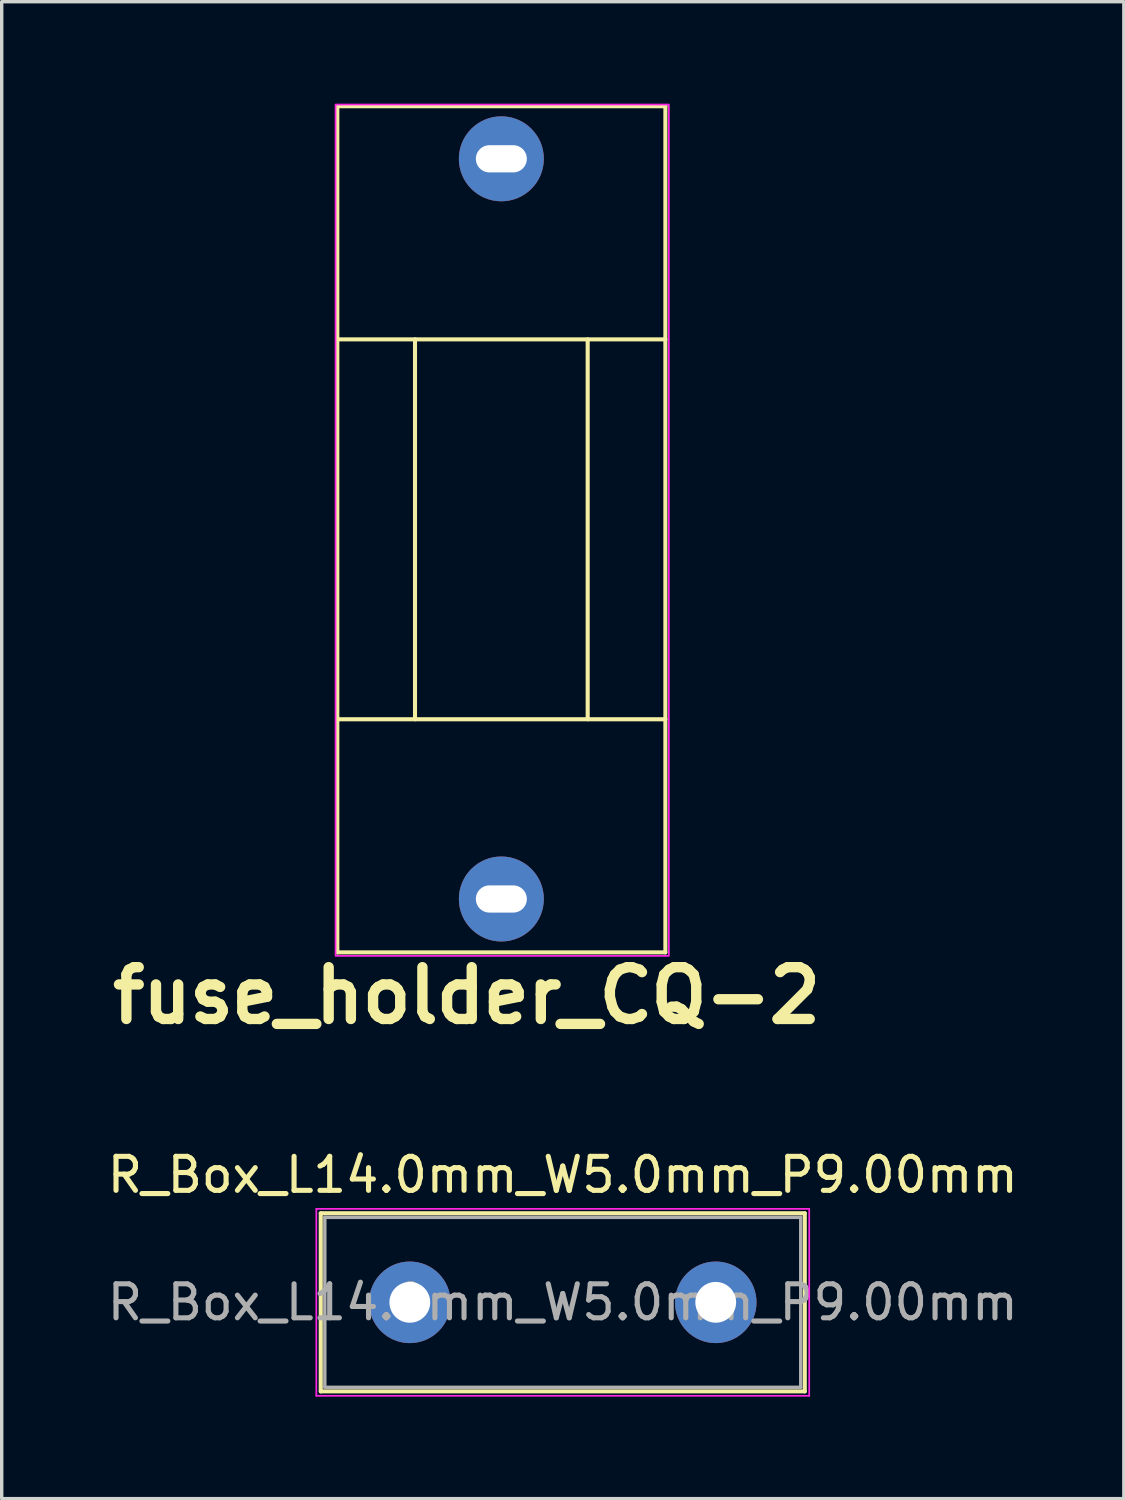
<source format=kicad_pcb>
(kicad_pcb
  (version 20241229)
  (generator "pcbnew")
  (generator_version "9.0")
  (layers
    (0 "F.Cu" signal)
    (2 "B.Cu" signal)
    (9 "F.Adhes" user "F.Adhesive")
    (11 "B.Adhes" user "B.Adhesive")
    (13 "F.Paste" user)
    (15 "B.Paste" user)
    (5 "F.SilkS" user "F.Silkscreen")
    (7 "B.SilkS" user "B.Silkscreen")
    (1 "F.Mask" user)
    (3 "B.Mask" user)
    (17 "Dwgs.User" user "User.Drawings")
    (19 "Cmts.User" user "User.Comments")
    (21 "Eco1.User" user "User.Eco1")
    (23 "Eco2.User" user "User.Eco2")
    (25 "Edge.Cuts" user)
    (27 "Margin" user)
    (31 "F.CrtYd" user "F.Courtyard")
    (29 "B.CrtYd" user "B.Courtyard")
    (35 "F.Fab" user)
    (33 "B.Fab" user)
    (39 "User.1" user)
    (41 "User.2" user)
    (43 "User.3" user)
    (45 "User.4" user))
  (footprint "R_Box_L14.0mm_W5.0mm_P9.00mm"
    (layer "F.Cu")
    (at 9.006 35.263)
    (property "Reference" "R_Box_L14.0mm_W5.0mm_P9.00mm" (at 4.5 -3.75 0) (layer "F.SilkS") (effects (font (size 1 1) (thickness 0.15))))
    (attr through_hole)
    (fp_line (start -2.62 -2.62) (end -2.62 2.62) (stroke (width 0.12) (type solid)) (layer "F.SilkS"))
    (fp_line (start -2.62 -2.62) (end 11.62 -2.62) (stroke (width 0.12) (type solid)) (layer "F.SilkS"))
    (fp_line (start -2.62 2.62) (end 11.62 2.62) (stroke (width 0.12) (type solid)) (layer "F.SilkS"))
    (fp_line (start 11.62 -2.62) (end 11.62 2.62) (stroke (width 0.12) (type solid)) (layer "F.SilkS"))
    (fp_line (start -2.75 -2.75) (end -2.75 2.75) (stroke (width 0.05) (type solid)) (layer "F.CrtYd"))
    (fp_line (start -2.75 2.75) (end 11.75 2.75) (stroke (width 0.05) (type solid)) (layer "F.CrtYd"))
    (fp_line (start 11.75 -2.75) (end -2.75 -2.75) (stroke (width 0.05) (type solid)) (layer "F.CrtYd"))
    (fp_line (start 11.75 2.75) (end 11.75 -2.75) (stroke (width 0.05) (type solid)) (layer "F.CrtYd"))
    (fp_line (start -2.5 -2.5) (end -2.5 2.5) (stroke (width 0.1) (type solid)) (layer "F.Fab"))
    (fp_line (start -2.5 2.5) (end 11.5 2.5) (stroke (width 0.1) (type solid)) (layer "F.Fab"))
    (fp_line (start 11.5 -2.5) (end -2.5 -2.5) (stroke (width 0.1) (type solid)) (layer "F.Fab"))
    (fp_line (start 11.5 2.5) (end 11.5 -2.5) (stroke (width 0.1) (type solid)) (layer "F.Fab"))
    (fp_text user "${REFERENCE}" (at 4.5 0 0) (layer "F.Fab") (effects (font (size 1 1) (thickness 0.15))))
    (pad "1" thru_hole circle (at 0 0) (size 2.4 2.4) (drill 1.2) (layers "*.Cu" "*.Mask"))
    (pad "2" thru_hole circle (at 9 0) (size 2.4 2.4) (drill 1.2) (layers "*.Cu" "*.Mask")))
  (footprint "fuse_holder_CQ-2"
    (layer "F.Cu")
    (at 11.699 12.522)
    (property "Reference" "fuse_holder_CQ-2" (at -1.016 13.716 0) (layer "F.SilkS") (effects (font (size 1.524 1.524) (thickness 0.305))))
    (attr through_hole)
    (fp_line (start -4.826 -12.446) (end 4.826 -12.446) (stroke (width 0.12) (type solid)) (layer "F.SilkS"))
    (fp_line (start -4.826 -5.588) (end 4.826 -5.588) (stroke (width 0.12) (type solid)) (layer "F.SilkS"))
    (fp_line (start -4.826 12.446) (end -4.826 -12.446) (stroke (width 0.12) (type solid)) (layer "F.SilkS"))
    (fp_line (start -2.54 -5.588) (end -2.54 5.588) (stroke (width 0.12) (type solid)) (layer "F.SilkS"))
    (fp_line (start 2.54 5.588) (end 2.54 -5.588) (stroke (width 0.12) (type solid)) (layer "F.SilkS"))
    (fp_line (start 4.826 -12.446) (end 4.826 12.446) (stroke (width 0.12) (type solid)) (layer "F.SilkS"))
    (fp_line (start 4.826 5.588) (end -4.826 5.588) (stroke (width 0.12) (type solid)) (layer "F.SilkS"))
    (fp_line (start 4.826 12.446) (end -4.826 12.446) (stroke (width 0.12) (type solid)) (layer "F.SilkS"))
    (fp_rect (start -4.877 -12.497) (end 4.928 12.548) (stroke (width 0.05) (type solid)) (fill no) (layer "F.CrtYd"))
    (pad "1" thru_hole circle (at 0 -10.9) (size 2.5 2.5) (drill oval 1.5 0.8) (layers "*.Cu" "*.Mask"))
    (pad "2" thru_hole circle (at 0 10.875) (size 2.5 2.5) (drill oval 1.5 0.8) (layers "*.Cu" "*.Mask")))
  (gr_rect
    (start -3 -3)
    (end 30.012 41.038)
    (stroke (width 0.1) (type default))
    (fill no)
    (layer "Edge.Cuts")))
</source>
